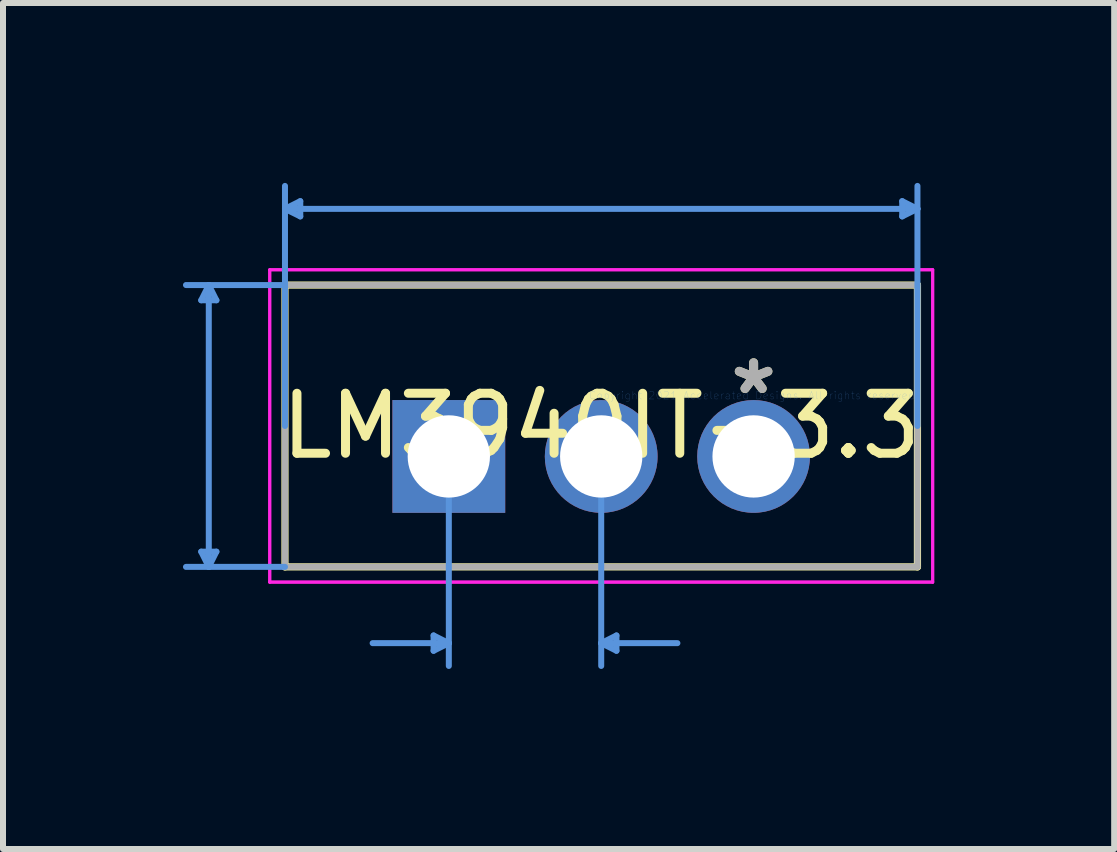
<source format=kicad_pcb>
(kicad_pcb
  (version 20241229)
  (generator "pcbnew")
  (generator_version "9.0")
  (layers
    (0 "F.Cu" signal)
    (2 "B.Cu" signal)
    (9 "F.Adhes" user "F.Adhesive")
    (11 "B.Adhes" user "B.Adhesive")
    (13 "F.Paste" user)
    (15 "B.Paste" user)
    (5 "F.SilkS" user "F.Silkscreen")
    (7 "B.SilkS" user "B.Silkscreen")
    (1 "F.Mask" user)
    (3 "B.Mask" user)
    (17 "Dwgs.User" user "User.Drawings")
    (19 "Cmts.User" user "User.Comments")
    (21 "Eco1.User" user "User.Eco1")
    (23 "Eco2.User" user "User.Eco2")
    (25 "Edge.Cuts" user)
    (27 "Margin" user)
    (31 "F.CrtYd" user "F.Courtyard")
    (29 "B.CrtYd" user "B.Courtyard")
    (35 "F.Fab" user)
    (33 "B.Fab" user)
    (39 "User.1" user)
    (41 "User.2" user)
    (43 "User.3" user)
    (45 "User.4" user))
  (footprint "LM3940IT-3.3"
    (layer "F.Cu")
    (at 9.511 3.542)
    (property "Reference" "LM3940IT-3.3" (at -2.54 0.508 0) (layer "F.SilkS") (effects (font (size 1 1) (thickness 0.15))))
    (attr through_hole)
    (fp_line (start -7.811 -1.841) (end -7.811 2.857) (stroke (width 0.12) (type solid)) (layer "F.SilkS"))
    (fp_line (start -7.811 2.857) (end 2.731 2.857) (stroke (width 0.12) (type solid)) (layer "F.SilkS"))
    (fp_line (start 2.731 -1.841) (end -7.811 -1.841) (stroke (width 0.12) (type solid)) (layer "F.SilkS"))
    (fp_line (start 2.731 2.857) (end 2.731 -1.841) (stroke (width 0.12) (type solid)) (layer "F.SilkS"))
    (fp_line (start -9.207 -1.587) (end -8.954 -1.587) (stroke (width 0.1) (type solid)) (layer "Cmts.User"))
    (fp_line (start -9.207 2.603) (end -8.954 2.603) (stroke (width 0.1) (type solid)) (layer "Cmts.User"))
    (fp_line (start -9.081 -1.841) (end -9.207 -1.587) (stroke (width 0.1) (type solid)) (layer "Cmts.User"))
    (fp_line (start -9.081 -1.841) (end -9.081 2.857) (stroke (width 0.1) (type solid)) (layer "Cmts.User"))
    (fp_line (start -9.081 -1.841) (end -8.954 -1.587) (stroke (width 0.1) (type solid)) (layer "Cmts.User"))
    (fp_line (start -9.081 2.857) (end -9.207 2.603) (stroke (width 0.1) (type solid)) (layer "Cmts.User"))
    (fp_line (start -9.081 2.857) (end -8.954 2.603) (stroke (width 0.1) (type solid)) (layer "Cmts.User"))
    (fp_line (start -7.811 -3.111) (end -7.556 -3.239) (stroke (width 0.1) (type solid)) (layer "Cmts.User"))
    (fp_line (start -7.811 -3.111) (end -7.556 -2.985) (stroke (width 0.1) (type solid)) (layer "Cmts.User"))
    (fp_line (start -7.811 -3.111) (end 2.731 -3.111) (stroke (width 0.1) (type solid)) (layer "Cmts.User"))
    (fp_line (start -7.811 -1.841) (end -9.461 -1.841) (stroke (width 0.1) (type solid)) (layer "Cmts.User"))
    (fp_line (start -7.811 0.508) (end -7.811 -3.493) (stroke (width 0.1) (type solid)) (layer "Cmts.User"))
    (fp_line (start -7.811 2.857) (end -9.461 2.857) (stroke (width 0.1) (type solid)) (layer "Cmts.User"))
    (fp_line (start -7.556 -3.239) (end -7.556 -2.985) (stroke (width 0.1) (type solid)) (layer "Cmts.User"))
    (fp_line (start -5.334 4) (end -5.334 4.255) (stroke (width 0.1) (type solid)) (layer "Cmts.User"))
    (fp_line (start -5.08 1.016) (end -5.08 4.508) (stroke (width 0.1) (type solid)) (layer "Cmts.User"))
    (fp_line (start -5.08 4.128) (end -6.35 4.128) (stroke (width 0.1) (type solid)) (layer "Cmts.User"))
    (fp_line (start -5.08 4.128) (end -5.334 4) (stroke (width 0.1) (type solid)) (layer "Cmts.User"))
    (fp_line (start -5.08 4.128) (end -5.334 4.255) (stroke (width 0.1) (type solid)) (layer "Cmts.User"))
    (fp_line (start -2.54 1.016) (end -2.54 4.508) (stroke (width 0.1) (type solid)) (layer "Cmts.User"))
    (fp_line (start -2.54 4.128) (end -2.286 4) (stroke (width 0.1) (type solid)) (layer "Cmts.User"))
    (fp_line (start -2.54 4.128) (end -2.286 4.255) (stroke (width 0.1) (type solid)) (layer "Cmts.User"))
    (fp_line (start -2.54 4.128) (end -1.27 4.128) (stroke (width 0.1) (type solid)) (layer "Cmts.User"))
    (fp_line (start -2.286 4) (end -2.286 4.255) (stroke (width 0.1) (type solid)) (layer "Cmts.User"))
    (fp_line (start 2.477 -3.239) (end 2.477 -2.985) (stroke (width 0.1) (type solid)) (layer "Cmts.User"))
    (fp_line (start 2.731 -3.111) (end 2.477 -3.239) (stroke (width 0.1) (type solid)) (layer "Cmts.User"))
    (fp_line (start 2.731 -3.111) (end 2.477 -2.985) (stroke (width 0.1) (type solid)) (layer "Cmts.User"))
    (fp_line (start 2.731 0.508) (end 2.731 -3.493) (stroke (width 0.1) (type solid)) (layer "Cmts.User"))
    (fp_line (start -8.065 -2.095) (end 2.985 -2.095) (stroke (width 0.05) (type solid)) (layer "F.CrtYd"))
    (fp_line (start -8.065 -2.095) (end 2.985 -2.095) (stroke (width 0.05) (type solid)) (layer "F.CrtYd"))
    (fp_line (start -8.065 3.111) (end -8.065 -2.095) (stroke (width 0.05) (type solid)) (layer "F.CrtYd"))
    (fp_line (start -8.065 3.111) (end -8.065 -2.095) (stroke (width 0.05) (type solid)) (layer "F.CrtYd"))
    (fp_line (start 2.985 -2.095) (end 2.985 3.111) (stroke (width 0.05) (type solid)) (layer "F.CrtYd"))
    (fp_line (start 2.985 -2.095) (end 2.985 3.111) (stroke (width 0.05) (type solid)) (layer "F.CrtYd"))
    (fp_line (start 2.985 3.111) (end -8.065 3.111) (stroke (width 0.05) (type solid)) (layer "F.CrtYd"))
    (fp_line (start 2.985 3.111) (end -8.065 3.111) (stroke (width 0.05) (type solid)) (layer "F.CrtYd"))
    (fp_line (start -7.811 -1.841) (end -7.811 2.857) (stroke (width 0.1) (type solid)) (layer "F.Fab"))
    (fp_line (start -7.811 2.857) (end 2.731 2.857) (stroke (width 0.1) (type solid)) (layer "F.Fab"))
    (fp_line (start 2.731 -1.841) (end -7.811 -1.841) (stroke (width 0.1) (type solid)) (layer "F.Fab"))
    (fp_line (start 2.731 2.857) (end 2.731 -1.841) (stroke (width 0.1) (type solid)) (layer "F.Fab"))
    (fp_text user "*" (at 0 0 0) (layer "F.SilkS") (effects (font (size 1 1) (thickness 0.15))))
    (fp_text user "Copyright 2021 Accelerated Designs. All rights reserved." (at 0 0 0) (layer "Cmts.User") (effects (font (size 0.127 0.127) (thickness 0.002))))
    (fp_text user "*" (at 0 0 0) (layer "F.Fab") (effects (font (size 1 1) (thickness 0.15))))
    (pad "1" thru_hole rect (at -5.08 1.016) (size 1.88 1.88) (drill 1.372) (layers "*.Cu" "*.Mask"))
    (pad "2" thru_hole circle (at -2.54 1.016) (size 1.88 1.88) (drill 1.372) (layers "*.Cu" "*.Mask"))
    (pad "3" thru_hole circle (at 0 1.016) (size 1.88 1.88) (drill 1.372) (layers "*.Cu" "*.Mask")))
  (gr_rect
    (start -3 -3)
    (end 15.521 11.101)
    (stroke (width 0.1) (type default))
    (fill no)
    (layer "Edge.Cuts")))
</source>
